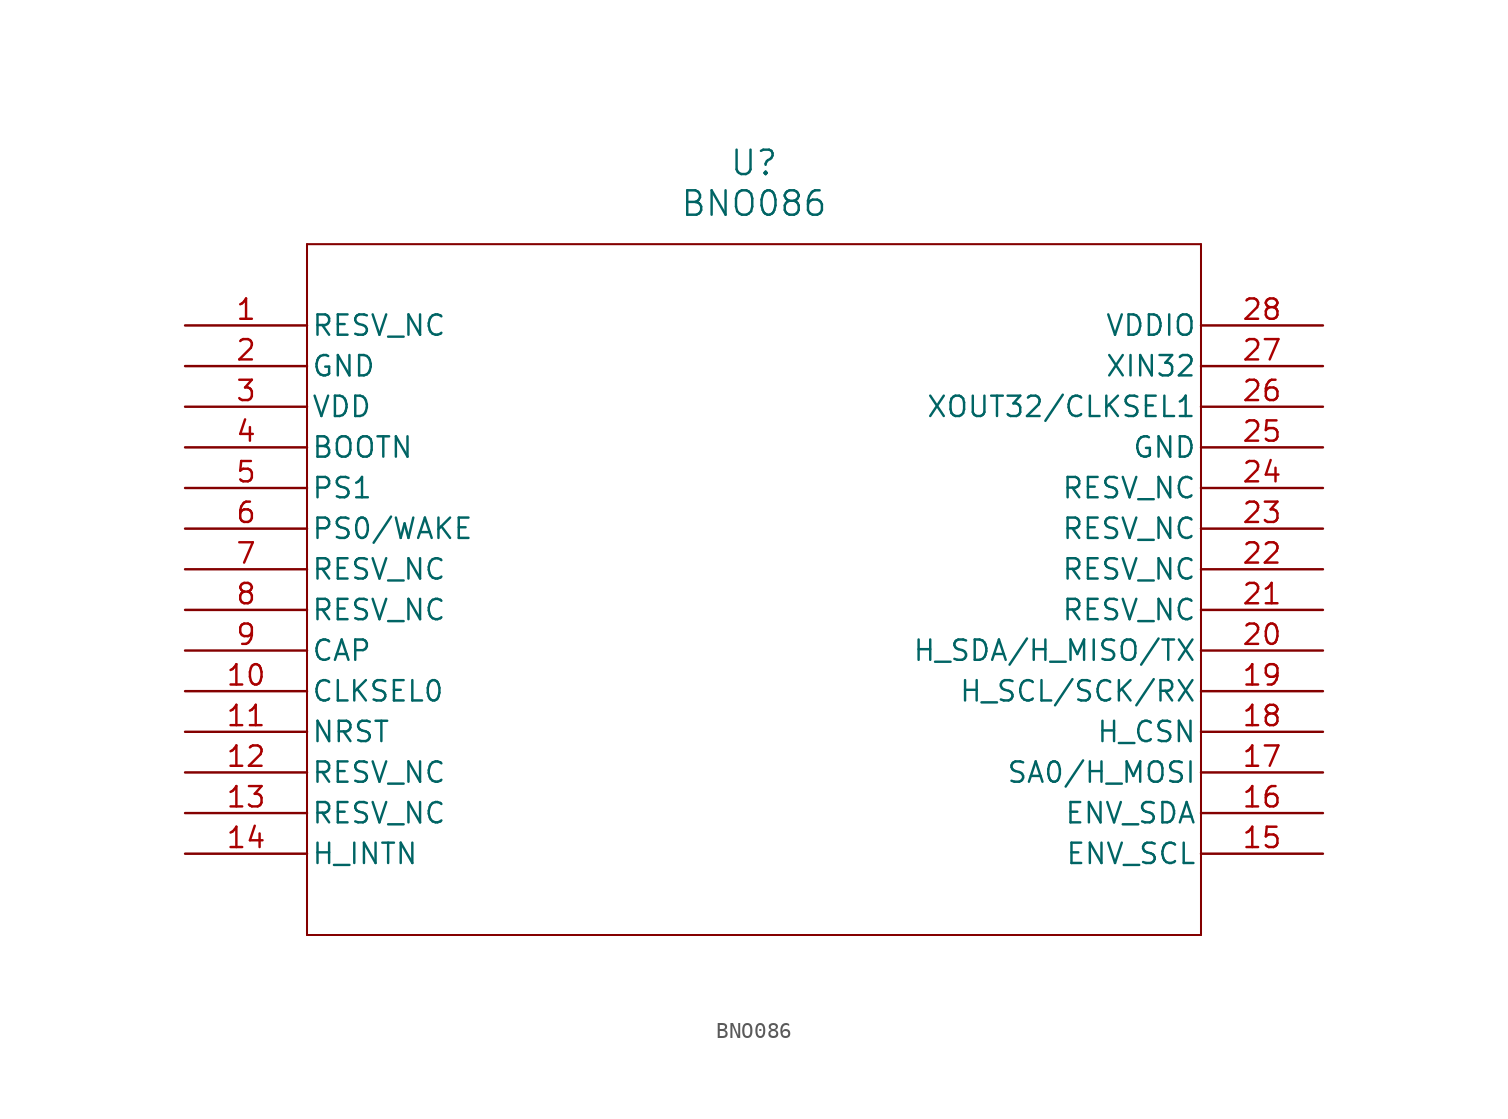
<source format=kicad_sym>
(kicad_symbol_lib
  (version 20211014)
  (generator kicad_symbol_editor)
  (symbol "BNO086"
    (pin_names
      (offset 0.254))
    (property "Reference" "U"
      (at 35.56 10.16 0)
      (effects (font (size 1.524 1.524))))
    (property "Value" "BNO086"
      (at 35.56 7.62 0)
      (effects (font (size 1.524 1.524))))
    (symbol "BNO086_0_1"
      (polyline (pts (xy 7.62 5.08) (xy 7.62 -38.1)) (stroke (width 0.127) (type default) (color 0 0 0 0)) (fill (type none)))
      (polyline (pts (xy 7.62 -38.1) (xy 63.5 -38.1)) (stroke (width 0.127) (type default) (color 0 0 0 0)) (fill (type none)))
      (polyline (pts (xy 63.5 -38.1) (xy 63.5 5.08)) (stroke (width 0.127) (type default) (color 0 0 0 0)) (fill (type none)))
      (polyline (pts (xy 63.5 5.08) (xy 7.62 5.08)) (stroke (width 0.127) (type default) (color 0 0 0 0)) (fill (type none)))
      (pin unspecified line (at 0 0 0) (length 7.62) (name "RESV_NC" (effects (font (size 1.27 1.27)))) (number "1" (effects (font (size 1.27 1.27)))))
      (pin power_out line (at 0 -2.54 0) (length 7.62) (name "GND" (effects (font (size 1.27 1.27)))) (number "2" (effects (font (size 1.27 1.27)))))
      (pin power_in line (at 0 -5.08 0) (length 7.62) (name "VDD" (effects (font (size 1.27 1.27)))) (number "3" (effects (font (size 1.27 1.27)))))
      (pin unspecified line (at 0 -7.62 0) (length 7.62) (name "BOOTN" (effects (font (size 1.27 1.27)))) (number "4" (effects (font (size 1.27 1.27)))))
      (pin bidirectional line (at 0 -10.16 0) (length 7.62) (name "PS1" (effects (font (size 1.27 1.27)))) (number "5" (effects (font (size 1.27 1.27)))))
      (pin bidirectional line (at 0 -12.7 0) (length 7.62) (name "PS0/WAKE" (effects (font (size 1.27 1.27)))) (number "6" (effects (font (size 1.27 1.27)))))
      (pin unspecified line (at 0 -15.24 0) (length 7.62) (name "RESV_NC" (effects (font (size 1.27 1.27)))) (number "7" (effects (font (size 1.27 1.27)))))
      (pin unspecified line (at 0 -17.78 0) (length 7.62) (name "RESV_NC" (effects (font (size 1.27 1.27)))) (number "8" (effects (font (size 1.27 1.27)))))
      (pin unspecified line (at 0 -20.32 0) (length 7.62) (name "CAP" (effects (font (size 1.27 1.27)))) (number "9" (effects (font (size 1.27 1.27)))))
      (pin unspecified line (at 0 -22.86 0) (length 7.62) (name "CLKSEL0" (effects (font (size 1.27 1.27)))) (number "10" (effects (font (size 1.27 1.27)))))
      (pin unspecified line (at 0 -25.4 0) (length 7.62) (name "NRST" (effects (font (size 1.27 1.27)))) (number "11" (effects (font (size 1.27 1.27)))))
      (pin unspecified line (at 0 -27.94 0) (length 7.62) (name "RESV_NC" (effects (font (size 1.27 1.27)))) (number "12" (effects (font (size 1.27 1.27)))))
      (pin unspecified line (at 0 -30.48 0) (length 7.62) (name "RESV_NC" (effects (font (size 1.27 1.27)))) (number "13" (effects (font (size 1.27 1.27)))))
      (pin unspecified line (at 0 -33.02 0) (length 7.62) (name "H_INTN" (effects (font (size 1.27 1.27)))) (number "14" (effects (font (size 1.27 1.27)))))
      (pin unspecified line (at 71.12 -33.02 180) (length 7.62) (name "ENV_SCL" (effects (font (size 1.27 1.27)))) (number "15" (effects (font (size 1.27 1.27)))))
      (pin unspecified line (at 71.12 -30.48 180) (length 7.62) (name "ENV_SDA" (effects (font (size 1.27 1.27)))) (number "16" (effects (font (size 1.27 1.27)))))
      (pin unspecified line (at 71.12 -27.94 180) (length 7.62) (name "SA0/H_MOSI" (effects (font (size 1.27 1.27)))) (number "17" (effects (font (size 1.27 1.27)))))
      (pin unspecified line (at 71.12 -25.4 180) (length 7.62) (name "H_CSN" (effects (font (size 1.27 1.27)))) (number "18" (effects (font (size 1.27 1.27)))))
      (pin unspecified line (at 71.12 -22.86 180) (length 7.62) (name "H_SCL/SCK/RX" (effects (font (size 1.27 1.27)))) (number "19" (effects (font (size 1.27 1.27)))))
      (pin unspecified line (at 71.12 -20.32 180) (length 7.62) (name "H_SDA/H_MISO/TX" (effects (font (size 1.27 1.27)))) (number "20" (effects (font (size 1.27 1.27)))))
      (pin unspecified line (at 71.12 -17.78 180) (length 7.62) (name "RESV_NC" (effects (font (size 1.27 1.27)))) (number "21" (effects (font (size 1.27 1.27)))))
      (pin unspecified line (at 71.12 -15.24 180) (length 7.62) (name "RESV_NC" (effects (font (size 1.27 1.27)))) (number "22" (effects (font (size 1.27 1.27)))))
      (pin unspecified line (at 71.12 -12.7 180) (length 7.62) (name "RESV_NC" (effects (font (size 1.27 1.27)))) (number "23" (effects (font (size 1.27 1.27)))))
      (pin unspecified line (at 71.12 -10.16 180) (length 7.62) (name "RESV_NC" (effects (font (size 1.27 1.27)))) (number "24" (effects (font (size 1.27 1.27)))))
      (pin power_out line (at 71.12 -7.62 180) (length 7.62) (name "GND" (effects (font (size 1.27 1.27)))) (number "25" (effects (font (size 1.27 1.27)))))
      (pin output line (at 71.12 -5.08 180) (length 7.62) (name "XOUT32/CLKSEL1" (effects (font (size 1.27 1.27)))) (number "26" (effects (font (size 1.27 1.27)))))
      (pin input line (at 71.12 -2.54 180) (length 7.62) (name "XIN32" (effects (font (size 1.27 1.27)))) (number "27" (effects (font (size 1.27 1.27)))))
      (pin power_in line (at 71.12 0 180) (length 7.62) (name "VDDIO" (effects (font (size 1.27 1.27)))) (number "28" (effects (font (size 1.27 1.27))))))))
</source>
